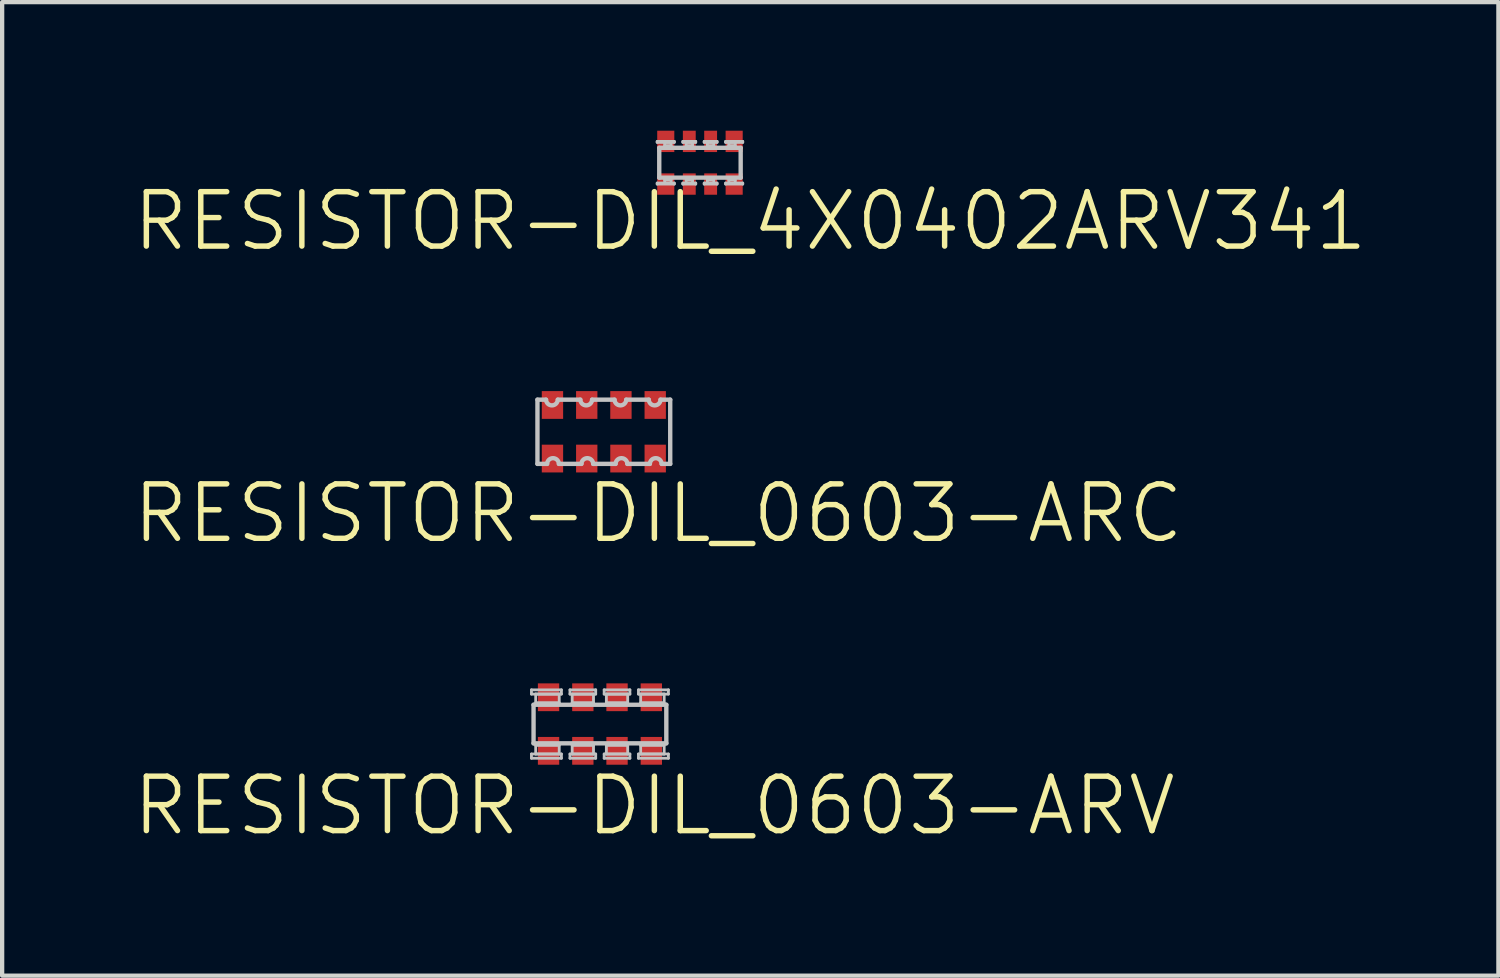
<source format=kicad_pcb>
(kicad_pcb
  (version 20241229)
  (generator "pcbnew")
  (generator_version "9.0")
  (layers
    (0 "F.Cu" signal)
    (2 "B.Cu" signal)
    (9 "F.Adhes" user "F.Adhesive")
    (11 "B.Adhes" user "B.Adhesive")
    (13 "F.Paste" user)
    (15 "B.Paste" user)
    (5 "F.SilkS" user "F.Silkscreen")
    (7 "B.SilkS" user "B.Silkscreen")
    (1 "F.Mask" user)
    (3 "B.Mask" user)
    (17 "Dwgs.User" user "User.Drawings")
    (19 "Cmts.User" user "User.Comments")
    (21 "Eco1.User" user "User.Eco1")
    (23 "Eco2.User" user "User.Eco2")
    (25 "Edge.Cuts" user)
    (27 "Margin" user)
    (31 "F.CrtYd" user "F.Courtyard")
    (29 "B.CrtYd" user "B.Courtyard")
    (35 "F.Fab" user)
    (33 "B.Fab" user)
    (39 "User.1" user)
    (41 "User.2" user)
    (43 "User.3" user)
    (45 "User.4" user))
  (footprint "RESISTOR-DIL_0603-ARC"
    (layer "F.Cu")
    (at 11.04 7.025)
    (property "Reference" "RESISTOR-DIL_0603-ARC" (at 1.27 1.905 0) (layer "F.SilkS") (effects (font (size 1.27 1.27) (thickness 0.127))))
    (attr smd)
    (fp_line (start -1.549 -0.749) (end -1.349 -0.749) (stroke (width 0.102) (type solid)) (layer "Dwgs.User"))
    (fp_line (start -1.549 0.749) (end -1.549 -0.749) (stroke (width 0.102) (type solid)) (layer "Dwgs.User"))
    (fp_line (start -1.323 0.749) (end -1.549 0.749) (stroke (width 0.102) (type solid)) (layer "Dwgs.User"))
    (fp_line (start -1.074 -0.749) (end -0.549 -0.749) (stroke (width 0.102) (type solid)) (layer "Dwgs.User"))
    (fp_line (start -0.523 0.749) (end -1.049 0.749) (stroke (width 0.102) (type solid)) (layer "Dwgs.User"))
    (fp_line (start -0.274 -0.749) (end 0.249 -0.749) (stroke (width 0.102) (type solid)) (layer "Dwgs.User"))
    (fp_line (start 0.274 0.749) (end -0.249 0.749) (stroke (width 0.102) (type solid)) (layer "Dwgs.User"))
    (fp_line (start 0.523 -0.749) (end 1.049 -0.749) (stroke (width 0.102) (type solid)) (layer "Dwgs.User"))
    (fp_line (start 1.074 0.749) (end 0.549 0.749) (stroke (width 0.102) (type solid)) (layer "Dwgs.User"))
    (fp_line (start 1.323 -0.749) (end 1.549 -0.749) (stroke (width 0.102) (type solid)) (layer "Dwgs.User"))
    (fp_line (start 1.549 -0.749) (end 1.549 0.749) (stroke (width 0.102) (type solid)) (layer "Dwgs.User"))
    (fp_line (start 1.549 0.749) (end 1.349 0.749) (stroke (width 0.102) (type solid)) (layer "Dwgs.User"))
    (fp_arc (start -1.32334 0.7493) (mid -1.18618 0.61214) (end -1.04902 0.7493) (stroke (width 0.1016) (type solid)) (layer "Dwgs.User"))
    (fp_arc (start -1.07442 -0.7493) (mid -1.21158 -0.61214) (end -1.34874 -0.7493) (stroke (width 0.1016) (type solid)) (layer "Dwgs.User"))
    (fp_arc (start -0.52324 0.7493) (mid -0.38608 0.61214) (end -0.24892 0.7493) (stroke (width 0.1016) (type solid)) (layer "Dwgs.User"))
    (fp_arc (start -0.27432 -0.7493) (mid -0.41148 -0.61214) (end -0.54864 -0.7493) (stroke (width 0.1016) (type solid)) (layer "Dwgs.User"))
    (fp_arc (start 0.27432 0.7493) (mid 0.41148 0.61214) (end 0.54864 0.7493) (stroke (width 0.1016) (type solid)) (layer "Dwgs.User"))
    (fp_arc (start 0.52324 -0.7493) (mid 0.38608 -0.61214) (end 0.24892 -0.7493) (stroke (width 0.1016) (type solid)) (layer "Dwgs.User"))
    (fp_arc (start 1.07442 0.7493) (mid 1.21158 0.61214) (end 1.34874 0.7493) (stroke (width 0.1016) (type solid)) (layer "Dwgs.User"))
    (fp_arc (start 1.32334 -0.7493) (mid 1.18618 -0.61214) (end 1.04902 -0.7493) (stroke (width 0.1016) (type solid)) (layer "Dwgs.User"))
    (pad "1" smd rect (at -1.199 0.625) (size 0.498 0.648) (layers "F.Cu" "F.Mask" "F.Paste"))
    (pad "2" smd rect (at -0.399 0.625) (size 0.498 0.648) (layers "F.Cu" "F.Mask" "F.Paste"))
    (pad "3" smd rect (at 0.399 0.625) (size 0.498 0.648) (layers "F.Cu" "F.Mask" "F.Paste"))
    (pad "4" smd rect (at 1.199 0.625) (size 0.498 0.648) (layers "F.Cu" "F.Mask" "F.Paste"))
    (pad "5" smd rect (at 1.199 -0.625) (size 0.498 0.648) (layers "F.Cu" "F.Mask" "F.Paste"))
    (pad "6" smd rect (at 0.399 -0.625) (size 0.498 0.648) (layers "F.Cu" "F.Mask" "F.Paste"))
    (pad "7" smd rect (at -0.399 -0.625) (size 0.498 0.648) (layers "F.Cu" "F.Mask" "F.Paste"))
    (pad "8" smd rect (at -1.199 -0.625) (size 0.498 0.648) (layers "F.Cu" "F.Mask" "F.Paste")))
  (footprint "RESISTOR-DIL_0603-ARV"
    (layer "F.Cu")
    (at 10.949 13.845)
    (property "Reference" "RESISTOR-DIL_0603-ARV" (at 1.27 1.905 0) (layer "F.SilkS") (effects (font (size 1.27 1.27) (thickness 0.127))))
    (attr smd)
    (fp_line (start -1.598 -0.798) (end -0.899 -0.798) (stroke (width 0.066) (type solid)) (layer "Dwgs.User"))
    (fp_line (start -1.598 -0.699) (end -1.598 -0.798) (stroke (width 0.066) (type solid)) (layer "Dwgs.User"))
    (fp_line (start -1.598 -0.699) (end -0.899 -0.699) (stroke (width 0.066) (type solid)) (layer "Dwgs.User"))
    (fp_line (start -1.598 0.699) (end -0.899 0.699) (stroke (width 0.066) (type solid)) (layer "Dwgs.User"))
    (fp_line (start -1.598 0.798) (end -1.598 0.699) (stroke (width 0.066) (type solid)) (layer "Dwgs.User"))
    (fp_line (start -1.598 0.798) (end -0.899 0.798) (stroke (width 0.066) (type solid)) (layer "Dwgs.User"))
    (fp_line (start -1.549 -0.45) (end 1.549 -0.45) (stroke (width 0.102) (type solid)) (layer "Dwgs.User"))
    (fp_line (start -1.549 0.45) (end -1.549 -0.45) (stroke (width 0.102) (type solid)) (layer "Dwgs.User"))
    (fp_line (start -1.499 -0.699) (end -0.95 -0.699) (stroke (width 0.066) (type solid)) (layer "Dwgs.User"))
    (fp_line (start -1.499 -0.498) (end -1.499 -0.699) (stroke (width 0.066) (type solid)) (layer "Dwgs.User"))
    (fp_line (start -1.499 -0.498) (end -0.95 -0.498) (stroke (width 0.066) (type solid)) (layer "Dwgs.User"))
    (fp_line (start -1.499 0.498) (end -0.95 0.498) (stroke (width 0.066) (type solid)) (layer "Dwgs.User"))
    (fp_line (start -1.499 0.699) (end -1.499 0.498) (stroke (width 0.066) (type solid)) (layer "Dwgs.User"))
    (fp_line (start -1.499 0.699) (end -0.95 0.699) (stroke (width 0.066) (type solid)) (layer "Dwgs.User"))
    (fp_line (start -0.95 -0.498) (end -0.95 -0.699) (stroke (width 0.066) (type solid)) (layer "Dwgs.User"))
    (fp_line (start -0.95 0.699) (end -0.95 0.498) (stroke (width 0.066) (type solid)) (layer "Dwgs.User"))
    (fp_line (start -0.899 -0.699) (end -0.899 -0.798) (stroke (width 0.066) (type solid)) (layer "Dwgs.User"))
    (fp_line (start -0.899 0.798) (end -0.899 0.699) (stroke (width 0.066) (type solid)) (layer "Dwgs.User"))
    (fp_line (start -0.699 -0.798) (end -0.099 -0.798) (stroke (width 0.066) (type solid)) (layer "Dwgs.User"))
    (fp_line (start -0.699 -0.699) (end -0.699 -0.798) (stroke (width 0.066) (type solid)) (layer "Dwgs.User"))
    (fp_line (start -0.699 -0.699) (end -0.099 -0.699) (stroke (width 0.066) (type solid)) (layer "Dwgs.User"))
    (fp_line (start -0.699 0.699) (end -0.099 0.699) (stroke (width 0.066) (type solid)) (layer "Dwgs.User"))
    (fp_line (start -0.699 0.798) (end -0.699 0.699) (stroke (width 0.066) (type solid)) (layer "Dwgs.User"))
    (fp_line (start -0.699 0.798) (end -0.099 0.798) (stroke (width 0.066) (type solid)) (layer "Dwgs.User"))
    (fp_line (start -0.648 -0.699) (end -0.15 -0.699) (stroke (width 0.066) (type solid)) (layer "Dwgs.User"))
    (fp_line (start -0.648 -0.498) (end -0.648 -0.699) (stroke (width 0.066) (type solid)) (layer "Dwgs.User"))
    (fp_line (start -0.648 -0.498) (end -0.15 -0.498) (stroke (width 0.066) (type solid)) (layer "Dwgs.User"))
    (fp_line (start -0.648 0.498) (end -0.15 0.498) (stroke (width 0.066) (type solid)) (layer "Dwgs.User"))
    (fp_line (start -0.648 0.699) (end -0.648 0.498) (stroke (width 0.066) (type solid)) (layer "Dwgs.User"))
    (fp_line (start -0.648 0.699) (end -0.15 0.699) (stroke (width 0.066) (type solid)) (layer "Dwgs.User"))
    (fp_line (start -0.15 -0.498) (end -0.15 -0.699) (stroke (width 0.066) (type solid)) (layer "Dwgs.User"))
    (fp_line (start -0.15 0.699) (end -0.15 0.498) (stroke (width 0.066) (type solid)) (layer "Dwgs.User"))
    (fp_line (start -0.099 -0.699) (end -0.099 -0.798) (stroke (width 0.066) (type solid)) (layer "Dwgs.User"))
    (fp_line (start -0.099 0.798) (end -0.099 0.699) (stroke (width 0.066) (type solid)) (layer "Dwgs.User"))
    (fp_line (start 0.099 -0.798) (end 0.699 -0.798) (stroke (width 0.066) (type solid)) (layer "Dwgs.User"))
    (fp_line (start 0.099 -0.699) (end 0.099 -0.798) (stroke (width 0.066) (type solid)) (layer "Dwgs.User"))
    (fp_line (start 0.099 -0.699) (end 0.699 -0.699) (stroke (width 0.066) (type solid)) (layer "Dwgs.User"))
    (fp_line (start 0.099 0.699) (end 0.699 0.699) (stroke (width 0.066) (type solid)) (layer "Dwgs.User"))
    (fp_line (start 0.099 0.798) (end 0.099 0.699) (stroke (width 0.066) (type solid)) (layer "Dwgs.User"))
    (fp_line (start 0.099 0.798) (end 0.699 0.798) (stroke (width 0.066) (type solid)) (layer "Dwgs.User"))
    (fp_line (start 0.15 -0.699) (end 0.648 -0.699) (stroke (width 0.066) (type solid)) (layer "Dwgs.User"))
    (fp_line (start 0.15 -0.498) (end 0.15 -0.699) (stroke (width 0.066) (type solid)) (layer "Dwgs.User"))
    (fp_line (start 0.15 -0.498) (end 0.648 -0.498) (stroke (width 0.066) (type solid)) (layer "Dwgs.User"))
    (fp_line (start 0.15 0.498) (end 0.648 0.498) (stroke (width 0.066) (type solid)) (layer "Dwgs.User"))
    (fp_line (start 0.15 0.699) (end 0.15 0.498) (stroke (width 0.066) (type solid)) (layer "Dwgs.User"))
    (fp_line (start 0.15 0.699) (end 0.648 0.699) (stroke (width 0.066) (type solid)) (layer "Dwgs.User"))
    (fp_line (start 0.648 -0.498) (end 0.648 -0.699) (stroke (width 0.066) (type solid)) (layer "Dwgs.User"))
    (fp_line (start 0.648 0.699) (end 0.648 0.498) (stroke (width 0.066) (type solid)) (layer "Dwgs.User"))
    (fp_line (start 0.699 -0.699) (end 0.699 -0.798) (stroke (width 0.066) (type solid)) (layer "Dwgs.User"))
    (fp_line (start 0.699 0.798) (end 0.699 0.699) (stroke (width 0.066) (type solid)) (layer "Dwgs.User"))
    (fp_line (start 0.899 -0.798) (end 1.598 -0.798) (stroke (width 0.066) (type solid)) (layer "Dwgs.User"))
    (fp_line (start 0.899 -0.699) (end 0.899 -0.798) (stroke (width 0.066) (type solid)) (layer "Dwgs.User"))
    (fp_line (start 0.899 -0.699) (end 1.598 -0.699) (stroke (width 0.066) (type solid)) (layer "Dwgs.User"))
    (fp_line (start 0.899 0.699) (end 1.598 0.699) (stroke (width 0.066) (type solid)) (layer "Dwgs.User"))
    (fp_line (start 0.899 0.798) (end 0.899 0.699) (stroke (width 0.066) (type solid)) (layer "Dwgs.User"))
    (fp_line (start 0.899 0.798) (end 1.598 0.798) (stroke (width 0.066) (type solid)) (layer "Dwgs.User"))
    (fp_line (start 0.95 -0.699) (end 1.499 -0.699) (stroke (width 0.066) (type solid)) (layer "Dwgs.User"))
    (fp_line (start 0.95 -0.498) (end 0.95 -0.699) (stroke (width 0.066) (type solid)) (layer "Dwgs.User"))
    (fp_line (start 0.95 -0.498) (end 1.499 -0.498) (stroke (width 0.066) (type solid)) (layer "Dwgs.User"))
    (fp_line (start 0.95 0.498) (end 1.499 0.498) (stroke (width 0.066) (type solid)) (layer "Dwgs.User"))
    (fp_line (start 0.95 0.699) (end 0.95 0.498) (stroke (width 0.066) (type solid)) (layer "Dwgs.User"))
    (fp_line (start 0.95 0.699) (end 1.499 0.699) (stroke (width 0.066) (type solid)) (layer "Dwgs.User"))
    (fp_line (start 1.499 -0.498) (end 1.499 -0.699) (stroke (width 0.066) (type solid)) (layer "Dwgs.User"))
    (fp_line (start 1.499 0.699) (end 1.499 0.498) (stroke (width 0.066) (type solid)) (layer "Dwgs.User"))
    (fp_line (start 1.549 -0.45) (end 1.549 0.45) (stroke (width 0.102) (type solid)) (layer "Dwgs.User"))
    (fp_line (start 1.549 0.45) (end -1.549 0.45) (stroke (width 0.102) (type solid)) (layer "Dwgs.User"))
    (fp_line (start 1.598 -0.699) (end 1.598 -0.798) (stroke (width 0.066) (type solid)) (layer "Dwgs.User"))
    (fp_line (start 1.598 0.798) (end 1.598 0.699) (stroke (width 0.066) (type solid)) (layer "Dwgs.User"))
    (pad "1" smd rect (at -1.199 0.625) (size 0.498 0.648) (layers "F.Cu" "F.Mask" "F.Paste"))
    (pad "2" smd rect (at -0.399 0.625) (size 0.498 0.648) (layers "F.Cu" "F.Mask" "F.Paste"))
    (pad "3" smd rect (at 0.399 0.625) (size 0.498 0.648) (layers "F.Cu" "F.Mask" "F.Paste"))
    (pad "4" smd rect (at 1.199 0.625) (size 0.498 0.648) (layers "F.Cu" "F.Mask" "F.Paste"))
    (pad "5" smd rect (at 1.199 -0.625) (size 0.498 0.648) (layers "F.Cu" "F.Mask" "F.Paste"))
    (pad "6" smd rect (at 0.399 -0.625) (size 0.498 0.648) (layers "F.Cu" "F.Mask" "F.Paste"))
    (pad "7" smd rect (at -0.399 -0.625) (size 0.498 0.648) (layers "F.Cu" "F.Mask" "F.Paste"))
    (pad "8" smd rect (at -1.199 -0.625) (size 0.498 0.648) (layers "F.Cu" "F.Mask" "F.Paste")))
  (footprint "RESISTOR-DIL_4X0402ARV341"
    (layer "F.Cu")
    (at 13.283 0.747)
    (property "Reference" "RESISTOR-DIL_4X0402ARV341" (at 1.173 1.364 0) (layer "F.SilkS") (effects (font (size 1.27 1.27) (thickness 0.127))))
    (attr smd)
    (fp_line (start -0.998 -0.498) (end -0.599 -0.498) (stroke (width 0.066) (type solid)) (layer "Dwgs.User"))
    (fp_line (start -0.998 -0.475) (end -0.998 -0.498) (stroke (width 0.066) (type solid)) (layer "Dwgs.User"))
    (fp_line (start -0.998 -0.475) (end -0.599 -0.475) (stroke (width 0.066) (type solid)) (layer "Dwgs.User"))
    (fp_line (start -0.998 0.475) (end -0.599 0.475) (stroke (width 0.066) (type solid)) (layer "Dwgs.User"))
    (fp_line (start -0.998 0.498) (end -0.998 0.475) (stroke (width 0.066) (type solid)) (layer "Dwgs.User"))
    (fp_line (start -0.998 0.498) (end -0.599 0.498) (stroke (width 0.066) (type solid)) (layer "Dwgs.User"))
    (fp_line (start -0.95 -0.348) (end 0.95 -0.348) (stroke (width 0.102) (type solid)) (layer "Dwgs.User"))
    (fp_line (start -0.95 0.348) (end -0.95 -0.348) (stroke (width 0.102) (type solid)) (layer "Dwgs.User"))
    (fp_line (start -0.823 -0.475) (end -0.673 -0.475) (stroke (width 0.066) (type solid)) (layer "Dwgs.User"))
    (fp_line (start -0.823 -0.399) (end -0.823 -0.475) (stroke (width 0.066) (type solid)) (layer "Dwgs.User"))
    (fp_line (start -0.823 -0.399) (end -0.673 -0.399) (stroke (width 0.066) (type solid)) (layer "Dwgs.User"))
    (fp_line (start -0.823 0.399) (end -0.673 0.399) (stroke (width 0.066) (type solid)) (layer "Dwgs.User"))
    (fp_line (start -0.823 0.475) (end -0.823 0.399) (stroke (width 0.066) (type solid)) (layer "Dwgs.User"))
    (fp_line (start -0.823 0.475) (end -0.673 0.475) (stroke (width 0.066) (type solid)) (layer "Dwgs.User"))
    (fp_line (start -0.673 -0.399) (end -0.673 -0.475) (stroke (width 0.066) (type solid)) (layer "Dwgs.User"))
    (fp_line (start -0.673 0.475) (end -0.673 0.399) (stroke (width 0.066) (type solid)) (layer "Dwgs.User"))
    (fp_line (start -0.599 -0.475) (end -0.599 -0.498) (stroke (width 0.066) (type solid)) (layer "Dwgs.User"))
    (fp_line (start -0.599 0.498) (end -0.599 0.475) (stroke (width 0.066) (type solid)) (layer "Dwgs.User"))
    (fp_line (start -0.399 -0.498) (end -0.099 -0.498) (stroke (width 0.066) (type solid)) (layer "Dwgs.User"))
    (fp_line (start -0.399 -0.475) (end -0.399 -0.498) (stroke (width 0.066) (type solid)) (layer "Dwgs.User"))
    (fp_line (start -0.399 -0.475) (end -0.099 -0.475) (stroke (width 0.066) (type solid)) (layer "Dwgs.User"))
    (fp_line (start -0.399 0.475) (end -0.099 0.475) (stroke (width 0.066) (type solid)) (layer "Dwgs.User"))
    (fp_line (start -0.399 0.498) (end -0.399 0.475) (stroke (width 0.066) (type solid)) (layer "Dwgs.User"))
    (fp_line (start -0.399 0.498) (end -0.099 0.498) (stroke (width 0.066) (type solid)) (layer "Dwgs.User"))
    (fp_line (start -0.323 -0.475) (end -0.173 -0.475) (stroke (width 0.066) (type solid)) (layer "Dwgs.User"))
    (fp_line (start -0.323 -0.399) (end -0.323 -0.475) (stroke (width 0.066) (type solid)) (layer "Dwgs.User"))
    (fp_line (start -0.323 -0.399) (end -0.173 -0.399) (stroke (width 0.066) (type solid)) (layer "Dwgs.User"))
    (fp_line (start -0.323 0.399) (end -0.173 0.399) (stroke (width 0.066) (type solid)) (layer "Dwgs.User"))
    (fp_line (start -0.323 0.475) (end -0.323 0.399) (stroke (width 0.066) (type solid)) (layer "Dwgs.User"))
    (fp_line (start -0.323 0.475) (end -0.173 0.475) (stroke (width 0.066) (type solid)) (layer "Dwgs.User"))
    (fp_line (start -0.173 -0.399) (end -0.173 -0.475) (stroke (width 0.066) (type solid)) (layer "Dwgs.User"))
    (fp_line (start -0.173 0.475) (end -0.173 0.399) (stroke (width 0.066) (type solid)) (layer "Dwgs.User"))
    (fp_line (start -0.099 -0.475) (end -0.099 -0.498) (stroke (width 0.066) (type solid)) (layer "Dwgs.User"))
    (fp_line (start -0.099 0.498) (end -0.099 0.475) (stroke (width 0.066) (type solid)) (layer "Dwgs.User"))
    (fp_line (start 0.099 -0.498) (end 0.399 -0.498) (stroke (width 0.066) (type solid)) (layer "Dwgs.User"))
    (fp_line (start 0.099 -0.475) (end 0.099 -0.498) (stroke (width 0.066) (type solid)) (layer "Dwgs.User"))
    (fp_line (start 0.099 -0.475) (end 0.399 -0.475) (stroke (width 0.066) (type solid)) (layer "Dwgs.User"))
    (fp_line (start 0.099 0.475) (end 0.399 0.475) (stroke (width 0.066) (type solid)) (layer "Dwgs.User"))
    (fp_line (start 0.099 0.498) (end 0.099 0.475) (stroke (width 0.066) (type solid)) (layer "Dwgs.User"))
    (fp_line (start 0.099 0.498) (end 0.399 0.498) (stroke (width 0.066) (type solid)) (layer "Dwgs.User"))
    (fp_line (start 0.173 -0.475) (end 0.323 -0.475) (stroke (width 0.066) (type solid)) (layer "Dwgs.User"))
    (fp_line (start 0.173 -0.399) (end 0.173 -0.475) (stroke (width 0.066) (type solid)) (layer "Dwgs.User"))
    (fp_line (start 0.173 -0.399) (end 0.323 -0.399) (stroke (width 0.066) (type solid)) (layer "Dwgs.User"))
    (fp_line (start 0.173 0.399) (end 0.323 0.399) (stroke (width 0.066) (type solid)) (layer "Dwgs.User"))
    (fp_line (start 0.173 0.475) (end 0.173 0.399) (stroke (width 0.066) (type solid)) (layer "Dwgs.User"))
    (fp_line (start 0.173 0.475) (end 0.323 0.475) (stroke (width 0.066) (type solid)) (layer "Dwgs.User"))
    (fp_line (start 0.323 -0.399) (end 0.323 -0.475) (stroke (width 0.066) (type solid)) (layer "Dwgs.User"))
    (fp_line (start 0.323 0.475) (end 0.323 0.399) (stroke (width 0.066) (type solid)) (layer "Dwgs.User"))
    (fp_line (start 0.399 -0.475) (end 0.399 -0.498) (stroke (width 0.066) (type solid)) (layer "Dwgs.User"))
    (fp_line (start 0.399 0.498) (end 0.399 0.475) (stroke (width 0.066) (type solid)) (layer "Dwgs.User"))
    (fp_line (start 0.599 -0.498) (end 0.998 -0.498) (stroke (width 0.066) (type solid)) (layer "Dwgs.User"))
    (fp_line (start 0.599 -0.475) (end 0.599 -0.498) (stroke (width 0.066) (type solid)) (layer "Dwgs.User"))
    (fp_line (start 0.599 -0.475) (end 0.998 -0.475) (stroke (width 0.066) (type solid)) (layer "Dwgs.User"))
    (fp_line (start 0.599 0.475) (end 0.998 0.475) (stroke (width 0.066) (type solid)) (layer "Dwgs.User"))
    (fp_line (start 0.599 0.498) (end 0.599 0.475) (stroke (width 0.066) (type solid)) (layer "Dwgs.User"))
    (fp_line (start 0.599 0.498) (end 0.998 0.498) (stroke (width 0.066) (type solid)) (layer "Dwgs.User"))
    (fp_line (start 0.673 -0.475) (end 0.823 -0.475) (stroke (width 0.066) (type solid)) (layer "Dwgs.User"))
    (fp_line (start 0.673 -0.399) (end 0.673 -0.475) (stroke (width 0.066) (type solid)) (layer "Dwgs.User"))
    (fp_line (start 0.673 -0.399) (end 0.823 -0.399) (stroke (width 0.066) (type solid)) (layer "Dwgs.User"))
    (fp_line (start 0.673 0.399) (end 0.823 0.399) (stroke (width 0.066) (type solid)) (layer "Dwgs.User"))
    (fp_line (start 0.673 0.475) (end 0.673 0.399) (stroke (width 0.066) (type solid)) (layer "Dwgs.User"))
    (fp_line (start 0.673 0.475) (end 0.823 0.475) (stroke (width 0.066) (type solid)) (layer "Dwgs.User"))
    (fp_line (start 0.823 -0.399) (end 0.823 -0.475) (stroke (width 0.066) (type solid)) (layer "Dwgs.User"))
    (fp_line (start 0.823 0.475) (end 0.823 0.399) (stroke (width 0.066) (type solid)) (layer "Dwgs.User"))
    (fp_line (start 0.95 -0.348) (end 0.95 0.348) (stroke (width 0.102) (type solid)) (layer "Dwgs.User"))
    (fp_line (start 0.95 0.348) (end -0.95 0.348) (stroke (width 0.102) (type solid)) (layer "Dwgs.User"))
    (fp_line (start 0.998 -0.475) (end 0.998 -0.498) (stroke (width 0.066) (type solid)) (layer "Dwgs.User"))
    (fp_line (start 0.998 0.498) (end 0.998 0.475) (stroke (width 0.066) (type solid)) (layer "Dwgs.User"))
    (pad "1" smd rect (at -0.798 0.498) (size 0.399 0.498) (layers "F.Cu" "F.Mask" "F.Paste"))
    (pad "2" smd rect (at -0.249 0.498) (size 0.3 0.498) (layers "F.Cu" "F.Mask" "F.Paste"))
    (pad "3" smd rect (at 0.249 0.498) (size 0.3 0.498) (layers "F.Cu" "F.Mask" "F.Paste"))
    (pad "4" smd rect (at 0.798 0.498) (size 0.399 0.498) (layers "F.Cu" "F.Mask" "F.Paste"))
    (pad "5" smd rect (at 0.798 -0.498) (size 0.399 0.498) (layers "F.Cu" "F.Mask" "F.Paste"))
    (pad "6" smd rect (at 0.249 -0.498) (size 0.3 0.498) (layers "F.Cu" "F.Mask" "F.Paste"))
    (pad "7" smd rect (at -0.249 -0.498) (size 0.3 0.498) (layers "F.Cu" "F.Mask" "F.Paste"))
    (pad "8" smd rect (at -0.798 -0.498) (size 0.399 0.498) (layers "F.Cu" "F.Mask" "F.Paste")))
  (gr_rect
    (start -3 -3)
    (end 31.914 19.716)
    (stroke (width 0.1) (type default))
    (fill no)
    (layer "Edge.Cuts")))
</source>
